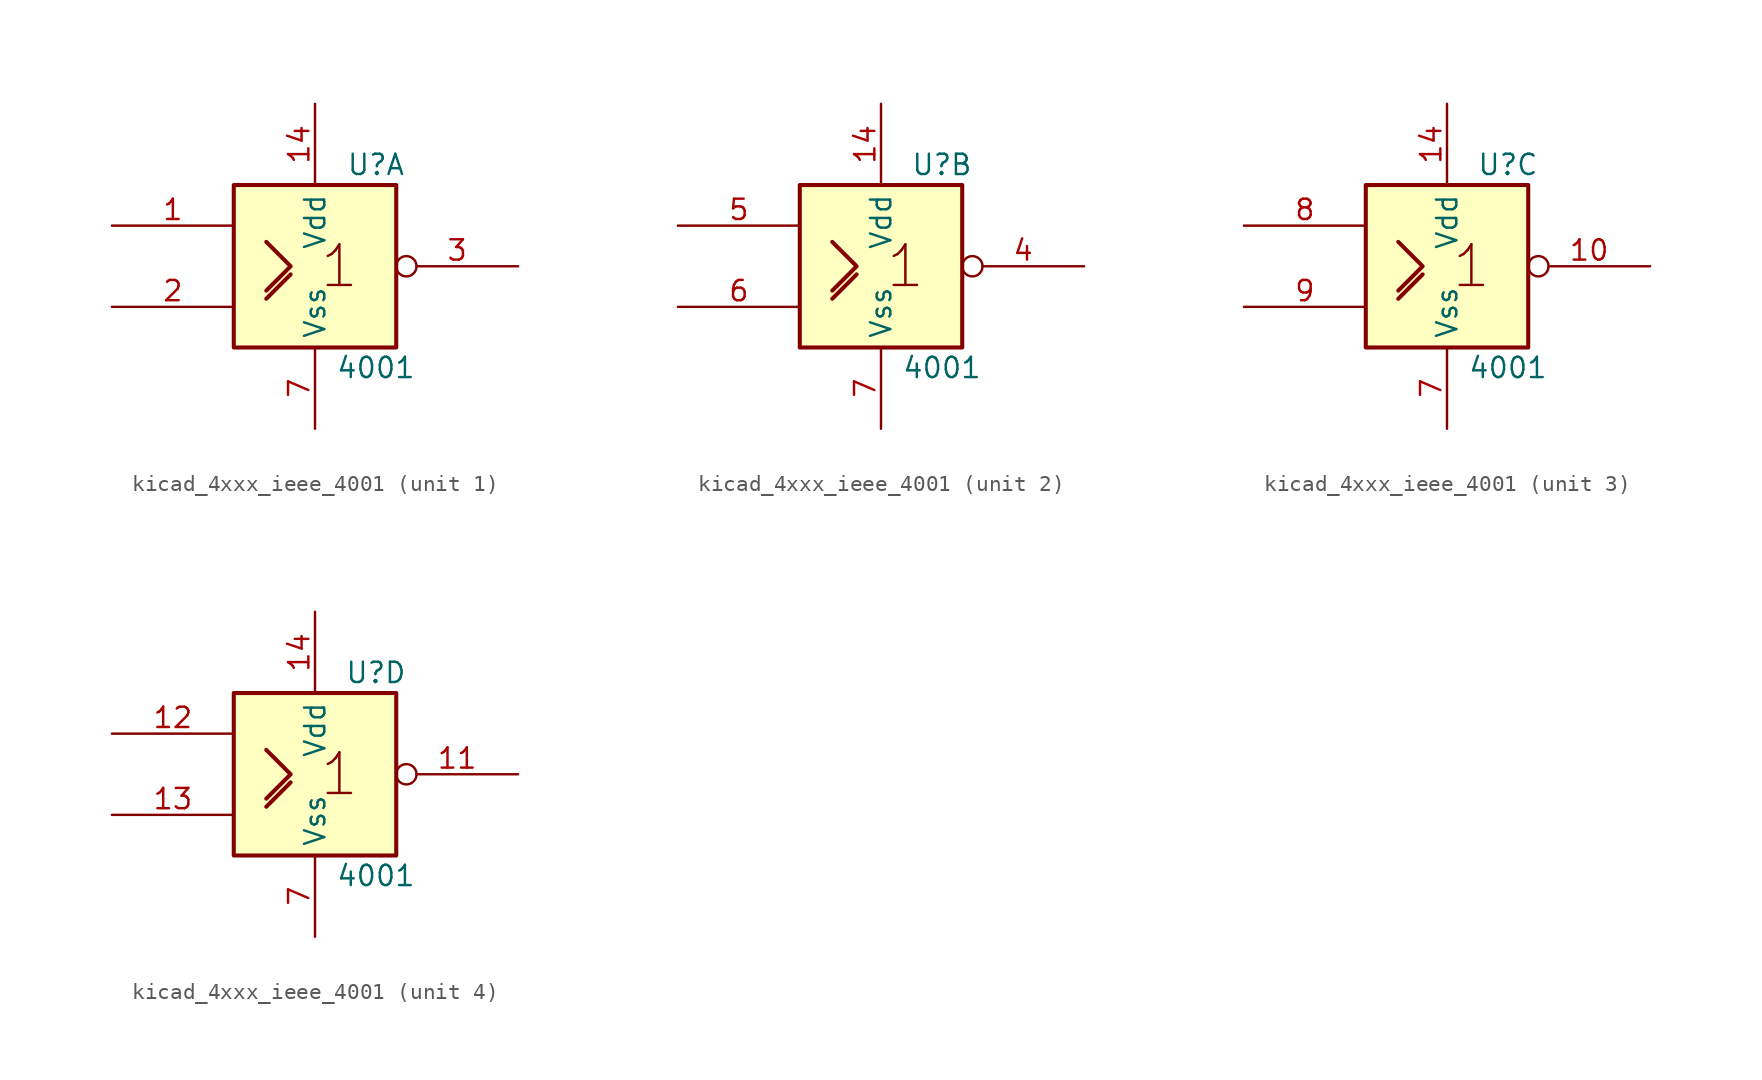
<source format=kicad_sym>
(kicad_symbol_lib
  (version 20220914)
  (generator kicad_symbol_editor)
  (symbol "kicad_4xxx_ieee_4001"
    (property "Reference" "U"
      (at 3.81 6.35 0)
      (effects (font (size 1.27 1.27))))
    (property "Value" "4001"
      (at 3.81 -6.35 0)
      (effects (font (size 1.27 1.27))))
    (symbol "kicad_4xxx_ieee_4001_0_0"
      (rectangle (start -5.08 5.08) (end 5.08 -5.08) (stroke (width 0.254) (type default)) (fill (type background)))
      (text "1" (at 1.524 0 0) (effects (font (size 2.54 2.54))))
      (pin power_in line (at 0 10.16 270) (length 5.08) (name "Vdd" (effects (font (size 1.27 1.27)))) (number "14" (effects (font (size 1.27 1.27)))))
      (pin power_in line (at 0 -10.16 90) (length 5.08) (name "Vss" (effects (font (size 1.27 1.27)))) (number "7" (effects (font (size 1.27 1.27))))))
    (symbol "kicad_4xxx_ieee_4001_0_1"
      (polyline (pts (xy -3.048 -2.032) (xy -1.524 -0.508) (xy -1.524 -0.508)) (stroke (width 0.254) (type default)) (fill (type background)))
      (polyline (pts (xy -3.048 1.524) (xy -1.524 0) (xy -3.048 -1.524) (xy -3.048 -1.524)) (stroke (width 0.254) (type default)) (fill (type background))))
    (symbol "kicad_4xxx_ieee_4001_1_1"
      (pin input line (at -12.7 2.54 0) (length 7.62) (name "~" (effects (font (size 1.27 1.27)))) (number "1" (effects (font (size 1.27 1.27)))))
      (pin input line (at -12.7 -2.54 0) (length 7.62) (name "~" (effects (font (size 1.27 1.27)))) (number "2" (effects (font (size 1.27 1.27)))))
      (pin output inverted (at 12.7 0 180) (length 7.62) (name "~" (effects (font (size 1.27 1.27)))) (number "3" (effects (font (size 1.27 1.27))))))
    (symbol "kicad_4xxx_ieee_4001_2_1"
      (pin output inverted (at 12.7 0 180) (length 7.62) (name "~" (effects (font (size 1.27 1.27)))) (number "4" (effects (font (size 1.27 1.27)))))
      (pin input line (at -12.7 2.54 0) (length 7.62) (name "~" (effects (font (size 1.27 1.27)))) (number "5" (effects (font (size 1.27 1.27)))))
      (pin input line (at -12.7 -2.54 0) (length 7.62) (name "~" (effects (font (size 1.27 1.27)))) (number "6" (effects (font (size 1.27 1.27))))))
    (symbol "kicad_4xxx_ieee_4001_3_1"
      (pin output inverted (at 12.7 0 180) (length 7.62) (name "~" (effects (font (size 1.27 1.27)))) (number "10" (effects (font (size 1.27 1.27)))))
      (pin input line (at -12.7 2.54 0) (length 7.62) (name "~" (effects (font (size 1.27 1.27)))) (number "8" (effects (font (size 1.27 1.27)))))
      (pin input line (at -12.7 -2.54 0) (length 7.62) (name "~" (effects (font (size 1.27 1.27)))) (number "9" (effects (font (size 1.27 1.27))))))
    (symbol "kicad_4xxx_ieee_4001_4_1"
      (pin output inverted (at 12.7 0 180) (length 7.62) (name "~" (effects (font (size 1.27 1.27)))) (number "11" (effects (font (size 1.27 1.27)))))
      (pin input line (at -12.7 2.54 0) (length 7.62) (name "~" (effects (font (size 1.27 1.27)))) (number "12" (effects (font (size 1.27 1.27)))))
      (pin input line (at -12.7 -2.54 0) (length 7.62) (name "~" (effects (font (size 1.27 1.27)))) (number "13" (effects (font (size 1.27 1.27))))))))
</source>
